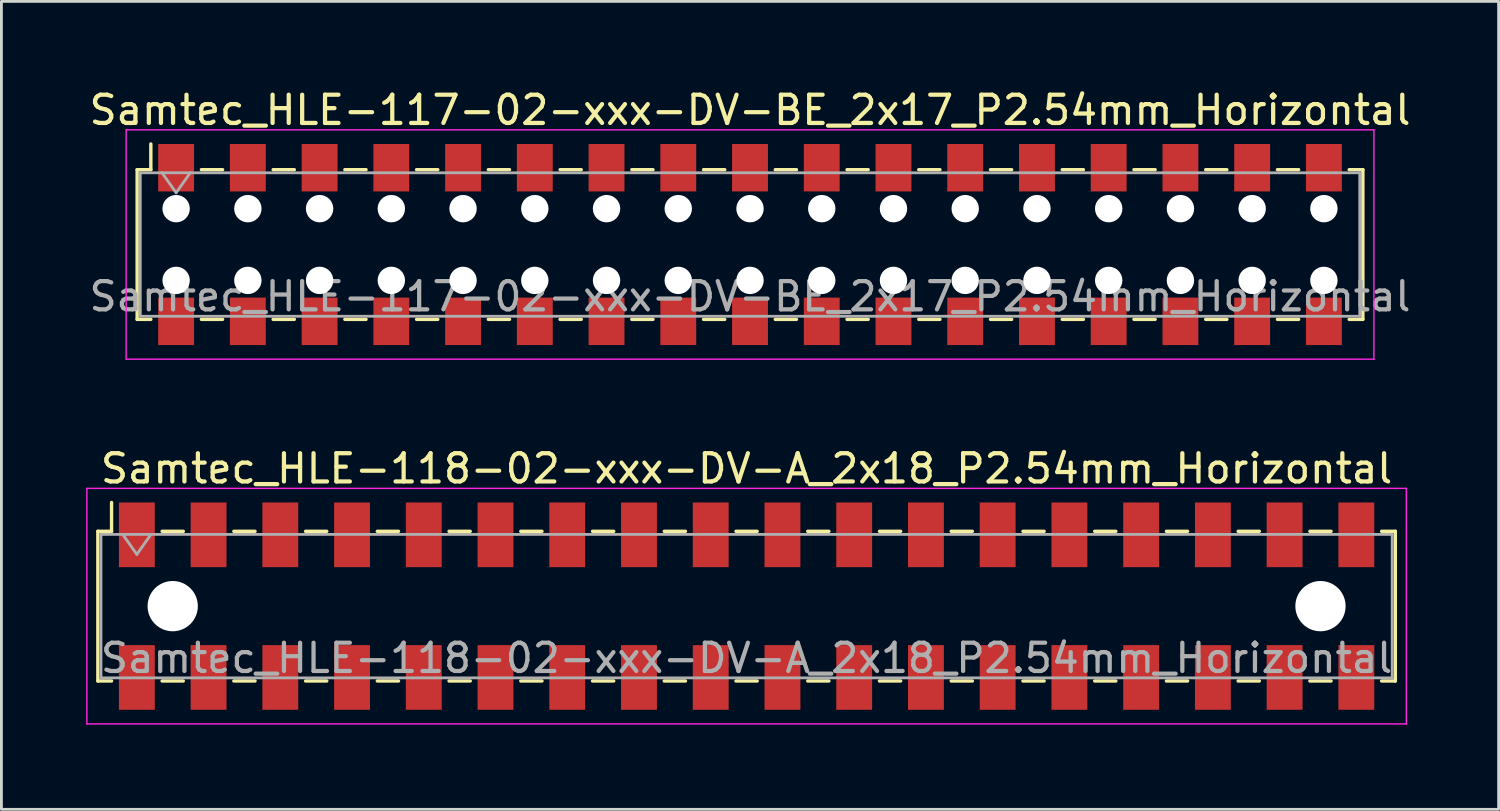
<source format=kicad_pcb>
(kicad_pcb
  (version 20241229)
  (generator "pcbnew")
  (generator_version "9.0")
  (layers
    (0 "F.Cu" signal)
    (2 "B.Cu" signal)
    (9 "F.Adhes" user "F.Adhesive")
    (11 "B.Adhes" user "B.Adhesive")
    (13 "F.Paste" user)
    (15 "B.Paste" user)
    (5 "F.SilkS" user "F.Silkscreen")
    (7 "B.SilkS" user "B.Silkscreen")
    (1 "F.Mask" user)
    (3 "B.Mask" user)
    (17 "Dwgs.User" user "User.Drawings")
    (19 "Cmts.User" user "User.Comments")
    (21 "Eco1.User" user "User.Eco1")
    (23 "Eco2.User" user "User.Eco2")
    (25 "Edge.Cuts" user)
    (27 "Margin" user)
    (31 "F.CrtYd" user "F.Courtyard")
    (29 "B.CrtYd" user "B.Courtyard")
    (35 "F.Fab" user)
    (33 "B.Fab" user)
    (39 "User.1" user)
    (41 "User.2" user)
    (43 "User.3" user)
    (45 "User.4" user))
  (footprint "Samtec_HLE-118-02-xxx-DV-A_2x18_P2.54mm_Horizontal"
    (layer "F.Cu")
    (at 23.385 18.412)
    (property "Reference" "Samtec_HLE-118-02-xxx-DV-A_2x18_P2.54mm_Horizontal" (at 0 -4.87 0) (layer "F.SilkS") (effects (font (size 1 1) (thickness 0.15))))
    (attr smd)
    (fp_line (start -22.97 -2.65) (end -22.97 2.65) (stroke (width 0.12) (type solid)) (layer "F.SilkS"))
    (fp_line (start -22.97 2.65) (end -22.485 2.65) (stroke (width 0.12) (type solid)) (layer "F.SilkS"))
    (fp_line (start -22.485 -3.67) (end -22.485 -2.65) (stroke (width 0.12) (type solid)) (layer "F.SilkS"))
    (fp_line (start -22.485 -2.65) (end -22.97 -2.65) (stroke (width 0.12) (type solid)) (layer "F.SilkS"))
    (fp_line (start -20.695 -2.65) (end -19.945 -2.65) (stroke (width 0.12) (type solid)) (layer "F.SilkS"))
    (fp_line (start -20.695 2.65) (end -19.945 2.65) (stroke (width 0.12) (type solid)) (layer "F.SilkS"))
    (fp_line (start -18.155 -2.65) (end -17.405 -2.65) (stroke (width 0.12) (type solid)) (layer "F.SilkS"))
    (fp_line (start -18.155 2.65) (end -17.405 2.65) (stroke (width 0.12) (type solid)) (layer "F.SilkS"))
    (fp_line (start -15.615 -2.65) (end -14.865 -2.65) (stroke (width 0.12) (type solid)) (layer "F.SilkS"))
    (fp_line (start -15.615 2.65) (end -14.865 2.65) (stroke (width 0.12) (type solid)) (layer "F.SilkS"))
    (fp_line (start -13.075 -2.65) (end -12.325 -2.65) (stroke (width 0.12) (type solid)) (layer "F.SilkS"))
    (fp_line (start -13.075 2.65) (end -12.325 2.65) (stroke (width 0.12) (type solid)) (layer "F.SilkS"))
    (fp_line (start -10.535 -2.65) (end -9.785 -2.65) (stroke (width 0.12) (type solid)) (layer "F.SilkS"))
    (fp_line (start -10.535 2.65) (end -9.785 2.65) (stroke (width 0.12) (type solid)) (layer "F.SilkS"))
    (fp_line (start -7.995 -2.65) (end -7.245 -2.65) (stroke (width 0.12) (type solid)) (layer "F.SilkS"))
    (fp_line (start -7.995 2.65) (end -7.245 2.65) (stroke (width 0.12) (type solid)) (layer "F.SilkS"))
    (fp_line (start -5.455 -2.65) (end -4.705 -2.65) (stroke (width 0.12) (type solid)) (layer "F.SilkS"))
    (fp_line (start -5.455 2.65) (end -4.705 2.65) (stroke (width 0.12) (type solid)) (layer "F.SilkS"))
    (fp_line (start -2.915 -2.65) (end -2.165 -2.65) (stroke (width 0.12) (type solid)) (layer "F.SilkS"))
    (fp_line (start -2.915 2.65) (end -2.165 2.65) (stroke (width 0.12) (type solid)) (layer "F.SilkS"))
    (fp_line (start -0.375 -2.65) (end 0.375 -2.65) (stroke (width 0.12) (type solid)) (layer "F.SilkS"))
    (fp_line (start -0.375 2.65) (end 0.375 2.65) (stroke (width 0.12) (type solid)) (layer "F.SilkS"))
    (fp_line (start 2.165 -2.65) (end 2.915 -2.65) (stroke (width 0.12) (type solid)) (layer "F.SilkS"))
    (fp_line (start 2.165 2.65) (end 2.915 2.65) (stroke (width 0.12) (type solid)) (layer "F.SilkS"))
    (fp_line (start 4.705 -2.65) (end 5.455 -2.65) (stroke (width 0.12) (type solid)) (layer "F.SilkS"))
    (fp_line (start 4.705 2.65) (end 5.455 2.65) (stroke (width 0.12) (type solid)) (layer "F.SilkS"))
    (fp_line (start 7.245 -2.65) (end 7.995 -2.65) (stroke (width 0.12) (type solid)) (layer "F.SilkS"))
    (fp_line (start 7.245 2.65) (end 7.995 2.65) (stroke (width 0.12) (type solid)) (layer "F.SilkS"))
    (fp_line (start 9.785 -2.65) (end 10.535 -2.65) (stroke (width 0.12) (type solid)) (layer "F.SilkS"))
    (fp_line (start 9.785 2.65) (end 10.535 2.65) (stroke (width 0.12) (type solid)) (layer "F.SilkS"))
    (fp_line (start 12.325 -2.65) (end 13.075 -2.65) (stroke (width 0.12) (type solid)) (layer "F.SilkS"))
    (fp_line (start 12.325 2.65) (end 13.075 2.65) (stroke (width 0.12) (type solid)) (layer "F.SilkS"))
    (fp_line (start 14.865 -2.65) (end 15.615 -2.65) (stroke (width 0.12) (type solid)) (layer "F.SilkS"))
    (fp_line (start 14.865 2.65) (end 15.615 2.65) (stroke (width 0.12) (type solid)) (layer "F.SilkS"))
    (fp_line (start 17.405 -2.65) (end 18.155 -2.65) (stroke (width 0.12) (type solid)) (layer "F.SilkS"))
    (fp_line (start 17.405 2.65) (end 18.155 2.65) (stroke (width 0.12) (type solid)) (layer "F.SilkS"))
    (fp_line (start 19.945 -2.65) (end 20.695 -2.65) (stroke (width 0.12) (type solid)) (layer "F.SilkS"))
    (fp_line (start 19.945 2.65) (end 20.695 2.65) (stroke (width 0.12) (type solid)) (layer "F.SilkS"))
    (fp_line (start 22.485 -2.65) (end 22.97 -2.65) (stroke (width 0.12) (type solid)) (layer "F.SilkS"))
    (fp_line (start 22.97 -2.65) (end 22.97 2.65) (stroke (width 0.12) (type solid)) (layer "F.SilkS"))
    (fp_line (start 22.97 2.65) (end 22.485 2.65) (stroke (width 0.12) (type solid)) (layer "F.SilkS"))
    (fp_line (start -23.36 -4.17) (end 23.36 -4.17) (stroke (width 0.05) (type solid)) (layer "F.CrtYd"))
    (fp_line (start -23.36 4.17) (end -23.36 -4.17) (stroke (width 0.05) (type solid)) (layer "F.CrtYd"))
    (fp_line (start 23.36 -4.17) (end 23.36 4.17) (stroke (width 0.05) (type solid)) (layer "F.CrtYd"))
    (fp_line (start 23.36 4.17) (end -23.36 4.17) (stroke (width 0.05) (type solid)) (layer "F.CrtYd"))
    (fp_line (start -22.86 -2.54) (end 22.86 -2.54) (stroke (width 0.1) (type solid)) (layer "F.Fab"))
    (fp_line (start -22.86 2.54) (end -22.86 -2.54) (stroke (width 0.1) (type solid)) (layer "F.Fab"))
    (fp_line (start -22.09 -2.54) (end -21.59 -1.833) (stroke (width 0.1) (type solid)) (layer "F.Fab"))
    (fp_line (start -21.59 -1.833) (end -21.09 -2.54) (stroke (width 0.1) (type solid)) (layer "F.Fab"))
    (fp_line (start 22.86 -2.54) (end 22.86 2.54) (stroke (width 0.1) (type solid)) (layer "F.Fab"))
    (fp_line (start 22.86 2.54) (end -22.86 2.54) (stroke (width 0.1) (type solid)) (layer "F.Fab"))
    (fp_text user "${REFERENCE}" (at 0 1.84 0) (layer "F.Fab") (effects (font (size 1 1) (thickness 0.15))))
    (pad "" np_thru_hole circle (at -20.32 0) (size 1.78 1.78) (drill 1.78) (layers "*.Cu" "*.Mask"))
    (pad "" np_thru_hole circle (at 20.32 0) (size 1.78 1.78) (drill 1.78) (layers "*.Cu" "*.Mask"))
    (pad "1" smd rect (at -21.59 -2.525) (size 1.27 2.29) (layers "F.Cu" "F.Mask" "F.Paste"))
    (pad "2" smd rect (at -21.59 2.525) (size 1.27 2.29) (layers "F.Cu" "F.Mask" "F.Paste"))
    (pad "3" smd rect (at -19.05 -2.525) (size 1.27 2.29) (layers "F.Cu" "F.Mask" "F.Paste"))
    (pad "4" smd rect (at -19.05 2.525) (size 1.27 2.29) (layers "F.Cu" "F.Mask" "F.Paste"))
    (pad "5" smd rect (at -16.51 -2.525) (size 1.27 2.29) (layers "F.Cu" "F.Mask" "F.Paste"))
    (pad "6" smd rect (at -16.51 2.525) (size 1.27 2.29) (layers "F.Cu" "F.Mask" "F.Paste"))
    (pad "7" smd rect (at -13.97 -2.525) (size 1.27 2.29) (layers "F.Cu" "F.Mask" "F.Paste"))
    (pad "8" smd rect (at -13.97 2.525) (size 1.27 2.29) (layers "F.Cu" "F.Mask" "F.Paste"))
    (pad "9" smd rect (at -11.43 -2.525) (size 1.27 2.29) (layers "F.Cu" "F.Mask" "F.Paste"))
    (pad "10" smd rect (at -11.43 2.525) (size 1.27 2.29) (layers "F.Cu" "F.Mask" "F.Paste"))
    (pad "11" smd rect (at -8.89 -2.525) (size 1.27 2.29) (layers "F.Cu" "F.Mask" "F.Paste"))
    (pad "12" smd rect (at -8.89 2.525) (size 1.27 2.29) (layers "F.Cu" "F.Mask" "F.Paste"))
    (pad "13" smd rect (at -6.35 -2.525) (size 1.27 2.29) (layers "F.Cu" "F.Mask" "F.Paste"))
    (pad "14" smd rect (at -6.35 2.525) (size 1.27 2.29) (layers "F.Cu" "F.Mask" "F.Paste"))
    (pad "15" smd rect (at -3.81 -2.525) (size 1.27 2.29) (layers "F.Cu" "F.Mask" "F.Paste"))
    (pad "16" smd rect (at -3.81 2.525) (size 1.27 2.29) (layers "F.Cu" "F.Mask" "F.Paste"))
    (pad "17" smd rect (at -1.27 -2.525) (size 1.27 2.29) (layers "F.Cu" "F.Mask" "F.Paste"))
    (pad "18" smd rect (at -1.27 2.525) (size 1.27 2.29) (layers "F.Cu" "F.Mask" "F.Paste"))
    (pad "19" smd rect (at 1.27 -2.525) (size 1.27 2.29) (layers "F.Cu" "F.Mask" "F.Paste"))
    (pad "20" smd rect (at 1.27 2.525) (size 1.27 2.29) (layers "F.Cu" "F.Mask" "F.Paste"))
    (pad "21" smd rect (at 3.81 -2.525) (size 1.27 2.29) (layers "F.Cu" "F.Mask" "F.Paste"))
    (pad "22" smd rect (at 3.81 2.525) (size 1.27 2.29) (layers "F.Cu" "F.Mask" "F.Paste"))
    (pad "23" smd rect (at 6.35 -2.525) (size 1.27 2.29) (layers "F.Cu" "F.Mask" "F.Paste"))
    (pad "24" smd rect (at 6.35 2.525) (size 1.27 2.29) (layers "F.Cu" "F.Mask" "F.Paste"))
    (pad "25" smd rect (at 8.89 -2.525) (size 1.27 2.29) (layers "F.Cu" "F.Mask" "F.Paste"))
    (pad "26" smd rect (at 8.89 2.525) (size 1.27 2.29) (layers "F.Cu" "F.Mask" "F.Paste"))
    (pad "27" smd rect (at 11.43 -2.525) (size 1.27 2.29) (layers "F.Cu" "F.Mask" "F.Paste"))
    (pad "28" smd rect (at 11.43 2.525) (size 1.27 2.29) (layers "F.Cu" "F.Mask" "F.Paste"))
    (pad "29" smd rect (at 13.97 -2.525) (size 1.27 2.29) (layers "F.Cu" "F.Mask" "F.Paste"))
    (pad "30" smd rect (at 13.97 2.525) (size 1.27 2.29) (layers "F.Cu" "F.Mask" "F.Paste"))
    (pad "31" smd rect (at 16.51 -2.525) (size 1.27 2.29) (layers "F.Cu" "F.Mask" "F.Paste"))
    (pad "32" smd rect (at 16.51 2.525) (size 1.27 2.29) (layers "F.Cu" "F.Mask" "F.Paste"))
    (pad "33" smd rect (at 19.05 -2.525) (size 1.27 2.29) (layers "F.Cu" "F.Mask" "F.Paste"))
    (pad "34" smd rect (at 19.05 2.525) (size 1.27 2.29) (layers "F.Cu" "F.Mask" "F.Paste"))
    (pad "35" smd rect (at 21.59 -2.525) (size 1.27 2.29) (layers "F.Cu" "F.Mask" "F.Paste"))
    (pad "36" smd rect (at 21.59 2.525) (size 1.27 2.29) (layers "F.Cu" "F.Mask" "F.Paste")))
  (footprint "Samtec_HLE-117-02-xxx-DV-BE_2x17_P2.54mm_Horizontal"
    (layer "F.Cu")
    (at 23.506 5.608)
    (property "Reference" "Samtec_HLE-117-02-xxx-DV-BE_2x17_P2.54mm_Horizontal" (at 0 -4.76 0) (layer "F.SilkS") (effects (font (size 1 1) (thickness 0.15))))
    (attr smd)
    (fp_line (start -21.7 -2.65) (end -21.7 2.65) (stroke (width 0.12) (type solid)) (layer "F.SilkS"))
    (fp_line (start -21.7 2.65) (end -21.215 2.65) (stroke (width 0.12) (type solid)) (layer "F.SilkS"))
    (fp_line (start -21.215 -3.56) (end -21.215 -2.65) (stroke (width 0.12) (type solid)) (layer "F.SilkS"))
    (fp_line (start -21.215 -2.65) (end -21.7 -2.65) (stroke (width 0.12) (type solid)) (layer "F.SilkS"))
    (fp_line (start -19.425 -2.65) (end -18.675 -2.65) (stroke (width 0.12) (type solid)) (layer "F.SilkS"))
    (fp_line (start -19.425 2.65) (end -18.675 2.65) (stroke (width 0.12) (type solid)) (layer "F.SilkS"))
    (fp_line (start -16.885 -2.65) (end -16.135 -2.65) (stroke (width 0.12) (type solid)) (layer "F.SilkS"))
    (fp_line (start -16.885 2.65) (end -16.135 2.65) (stroke (width 0.12) (type solid)) (layer "F.SilkS"))
    (fp_line (start -14.345 -2.65) (end -13.595 -2.65) (stroke (width 0.12) (type solid)) (layer "F.SilkS"))
    (fp_line (start -14.345 2.65) (end -13.595 2.65) (stroke (width 0.12) (type solid)) (layer "F.SilkS"))
    (fp_line (start -11.805 -2.65) (end -11.055 -2.65) (stroke (width 0.12) (type solid)) (layer "F.SilkS"))
    (fp_line (start -11.805 2.65) (end -11.055 2.65) (stroke (width 0.12) (type solid)) (layer "F.SilkS"))
    (fp_line (start -9.265 -2.65) (end -8.515 -2.65) (stroke (width 0.12) (type solid)) (layer "F.SilkS"))
    (fp_line (start -9.265 2.65) (end -8.515 2.65) (stroke (width 0.12) (type solid)) (layer "F.SilkS"))
    (fp_line (start -6.725 -2.65) (end -5.975 -2.65) (stroke (width 0.12) (type solid)) (layer "F.SilkS"))
    (fp_line (start -6.725 2.65) (end -5.975 2.65) (stroke (width 0.12) (type solid)) (layer "F.SilkS"))
    (fp_line (start -4.185 -2.65) (end -3.435 -2.65) (stroke (width 0.12) (type solid)) (layer "F.SilkS"))
    (fp_line (start -4.185 2.65) (end -3.435 2.65) (stroke (width 0.12) (type solid)) (layer "F.SilkS"))
    (fp_line (start -1.645 -2.65) (end -0.895 -2.65) (stroke (width 0.12) (type solid)) (layer "F.SilkS"))
    (fp_line (start -1.645 2.65) (end -0.895 2.65) (stroke (width 0.12) (type solid)) (layer "F.SilkS"))
    (fp_line (start 0.895 -2.65) (end 1.645 -2.65) (stroke (width 0.12) (type solid)) (layer "F.SilkS"))
    (fp_line (start 0.895 2.65) (end 1.645 2.65) (stroke (width 0.12) (type solid)) (layer "F.SilkS"))
    (fp_line (start 3.435 -2.65) (end 4.185 -2.65) (stroke (width 0.12) (type solid)) (layer "F.SilkS"))
    (fp_line (start 3.435 2.65) (end 4.185 2.65) (stroke (width 0.12) (type solid)) (layer "F.SilkS"))
    (fp_line (start 5.975 -2.65) (end 6.725 -2.65) (stroke (width 0.12) (type solid)) (layer "F.SilkS"))
    (fp_line (start 5.975 2.65) (end 6.725 2.65) (stroke (width 0.12) (type solid)) (layer "F.SilkS"))
    (fp_line (start 8.515 -2.65) (end 9.265 -2.65) (stroke (width 0.12) (type solid)) (layer "F.SilkS"))
    (fp_line (start 8.515 2.65) (end 9.265 2.65) (stroke (width 0.12) (type solid)) (layer "F.SilkS"))
    (fp_line (start 11.055 -2.65) (end 11.805 -2.65) (stroke (width 0.12) (type solid)) (layer "F.SilkS"))
    (fp_line (start 11.055 2.65) (end 11.805 2.65) (stroke (width 0.12) (type solid)) (layer "F.SilkS"))
    (fp_line (start 13.595 -2.65) (end 14.345 -2.65) (stroke (width 0.12) (type solid)) (layer "F.SilkS"))
    (fp_line (start 13.595 2.65) (end 14.345 2.65) (stroke (width 0.12) (type solid)) (layer "F.SilkS"))
    (fp_line (start 16.135 -2.65) (end 16.885 -2.65) (stroke (width 0.12) (type solid)) (layer "F.SilkS"))
    (fp_line (start 16.135 2.65) (end 16.885 2.65) (stroke (width 0.12) (type solid)) (layer "F.SilkS"))
    (fp_line (start 18.675 -2.65) (end 19.425 -2.65) (stroke (width 0.12) (type solid)) (layer "F.SilkS"))
    (fp_line (start 18.675 2.65) (end 19.425 2.65) (stroke (width 0.12) (type solid)) (layer "F.SilkS"))
    (fp_line (start 21.215 -2.65) (end 21.7 -2.65) (stroke (width 0.12) (type solid)) (layer "F.SilkS"))
    (fp_line (start 21.7 -2.65) (end 21.7 2.65) (stroke (width 0.12) (type solid)) (layer "F.SilkS"))
    (fp_line (start 21.7 2.65) (end 21.215 2.65) (stroke (width 0.12) (type solid)) (layer "F.SilkS"))
    (fp_line (start -22.09 -4.06) (end 22.09 -4.06) (stroke (width 0.05) (type solid)) (layer "F.CrtYd"))
    (fp_line (start -22.09 4.06) (end -22.09 -4.06) (stroke (width 0.05) (type solid)) (layer "F.CrtYd"))
    (fp_line (start 22.09 -4.06) (end 22.09 4.06) (stroke (width 0.05) (type solid)) (layer "F.CrtYd"))
    (fp_line (start 22.09 4.06) (end -22.09 4.06) (stroke (width 0.05) (type solid)) (layer "F.CrtYd"))
    (fp_line (start -21.59 -2.54) (end 21.59 -2.54) (stroke (width 0.1) (type solid)) (layer "F.Fab"))
    (fp_line (start -21.59 2.54) (end -21.59 -2.54) (stroke (width 0.1) (type solid)) (layer "F.Fab"))
    (fp_line (start -20.82 -2.54) (end -20.32 -1.833) (stroke (width 0.1) (type solid)) (layer "F.Fab"))
    (fp_line (start -20.32 -1.833) (end -19.82 -2.54) (stroke (width 0.1) (type solid)) (layer "F.Fab"))
    (fp_line (start 21.59 -2.54) (end 21.59 2.54) (stroke (width 0.1) (type solid)) (layer "F.Fab"))
    (fp_line (start 21.59 2.54) (end -21.59 2.54) (stroke (width 0.1) (type solid)) (layer "F.Fab"))
    (fp_text user "${REFERENCE}" (at 0 1.84 0) (layer "F.Fab") (effects (font (size 1 1) (thickness 0.15))))
    (pad "" np_thru_hole circle (at -20.32 -1.27) (size 0.97 0.97) (drill 0.97) (layers "*.Cu" "*.Mask"))
    (pad "" np_thru_hole circle (at -20.32 1.27) (size 0.97 0.97) (drill 0.97) (layers "*.Cu" "*.Mask"))
    (pad "" np_thru_hole circle (at -17.78 -1.27) (size 0.97 0.97) (drill 0.97) (layers "*.Cu" "*.Mask"))
    (pad "" np_thru_hole circle (at -17.78 1.27) (size 0.97 0.97) (drill 0.97) (layers "*.Cu" "*.Mask"))
    (pad "" np_thru_hole circle (at -15.24 -1.27) (size 0.97 0.97) (drill 0.97) (layers "*.Cu" "*.Mask"))
    (pad "" np_thru_hole circle (at -15.24 1.27) (size 0.97 0.97) (drill 0.97) (layers "*.Cu" "*.Mask"))
    (pad "" np_thru_hole circle (at -12.7 -1.27) (size 0.97 0.97) (drill 0.97) (layers "*.Cu" "*.Mask"))
    (pad "" np_thru_hole circle (at -12.7 1.27) (size 0.97 0.97) (drill 0.97) (layers "*.Cu" "*.Mask"))
    (pad "" np_thru_hole circle (at -10.16 -1.27) (size 0.97 0.97) (drill 0.97) (layers "*.Cu" "*.Mask"))
    (pad "" np_thru_hole circle (at -10.16 1.27) (size 0.97 0.97) (drill 0.97) (layers "*.Cu" "*.Mask"))
    (pad "" np_thru_hole circle (at -7.62 -1.27) (size 0.97 0.97) (drill 0.97) (layers "*.Cu" "*.Mask"))
    (pad "" np_thru_hole circle (at -7.62 1.27) (size 0.97 0.97) (drill 0.97) (layers "*.Cu" "*.Mask"))
    (pad "" np_thru_hole circle (at -5.08 -1.27) (size 0.97 0.97) (drill 0.97) (layers "*.Cu" "*.Mask"))
    (pad "" np_thru_hole circle (at -5.08 1.27) (size 0.97 0.97) (drill 0.97) (layers "*.Cu" "*.Mask"))
    (pad "" np_thru_hole circle (at -2.54 -1.27) (size 0.97 0.97) (drill 0.97) (layers "*.Cu" "*.Mask"))
    (pad "" np_thru_hole circle (at -2.54 1.27) (size 0.97 0.97) (drill 0.97) (layers "*.Cu" "*.Mask"))
    (pad "" np_thru_hole circle (at 0 -1.27) (size 0.97 0.97) (drill 0.97) (layers "*.Cu" "*.Mask"))
    (pad "" np_thru_hole circle (at 0 1.27) (size 0.97 0.97) (drill 0.97) (layers "*.Cu" "*.Mask"))
    (pad "" np_thru_hole circle (at 2.54 -1.27) (size 0.97 0.97) (drill 0.97) (layers "*.Cu" "*.Mask"))
    (pad "" np_thru_hole circle (at 2.54 1.27) (size 0.97 0.97) (drill 0.97) (layers "*.Cu" "*.Mask"))
    (pad "" np_thru_hole circle (at 5.08 -1.27) (size 0.97 0.97) (drill 0.97) (layers "*.Cu" "*.Mask"))
    (pad "" np_thru_hole circle (at 5.08 1.27) (size 0.97 0.97) (drill 0.97) (layers "*.Cu" "*.Mask"))
    (pad "" np_thru_hole circle (at 7.62 -1.27) (size 0.97 0.97) (drill 0.97) (layers "*.Cu" "*.Mask"))
    (pad "" np_thru_hole circle (at 7.62 1.27) (size 0.97 0.97) (drill 0.97) (layers "*.Cu" "*.Mask"))
    (pad "" np_thru_hole circle (at 10.16 -1.27) (size 0.97 0.97) (drill 0.97) (layers "*.Cu" "*.Mask"))
    (pad "" np_thru_hole circle (at 10.16 1.27) (size 0.97 0.97) (drill 0.97) (layers "*.Cu" "*.Mask"))
    (pad "" np_thru_hole circle (at 12.7 -1.27) (size 0.97 0.97) (drill 0.97) (layers "*.Cu" "*.Mask"))
    (pad "" np_thru_hole circle (at 12.7 1.27) (size 0.97 0.97) (drill 0.97) (layers "*.Cu" "*.Mask"))
    (pad "" np_thru_hole circle (at 15.24 -1.27) (size 0.97 0.97) (drill 0.97) (layers "*.Cu" "*.Mask"))
    (pad "" np_thru_hole circle (at 15.24 1.27) (size 0.97 0.97) (drill 0.97) (layers "*.Cu" "*.Mask"))
    (pad "" np_thru_hole circle (at 17.78 -1.27) (size 0.97 0.97) (drill 0.97) (layers "*.Cu" "*.Mask"))
    (pad "" np_thru_hole circle (at 17.78 1.27) (size 0.97 0.97) (drill 0.97) (layers "*.Cu" "*.Mask"))
    (pad "" np_thru_hole circle (at 20.32 -1.27) (size 0.97 0.97) (drill 0.97) (layers "*.Cu" "*.Mask"))
    (pad "" np_thru_hole circle (at 20.32 1.27) (size 0.97 0.97) (drill 0.97) (layers "*.Cu" "*.Mask"))
    (pad "1" smd rect (at -20.32 -2.72) (size 1.27 1.68) (layers "F.Cu" "F.Mask" "F.Paste"))
    (pad "2" smd rect (at -20.32 2.72) (size 1.27 1.68) (layers "F.Cu" "F.Mask" "F.Paste"))
    (pad "3" smd rect (at -17.78 -2.72) (size 1.27 1.68) (layers "F.Cu" "F.Mask" "F.Paste"))
    (pad "4" smd rect (at -17.78 2.72) (size 1.27 1.68) (layers "F.Cu" "F.Mask" "F.Paste"))
    (pad "5" smd rect (at -15.24 -2.72) (size 1.27 1.68) (layers "F.Cu" "F.Mask" "F.Paste"))
    (pad "6" smd rect (at -15.24 2.72) (size 1.27 1.68) (layers "F.Cu" "F.Mask" "F.Paste"))
    (pad "7" smd rect (at -12.7 -2.72) (size 1.27 1.68) (layers "F.Cu" "F.Mask" "F.Paste"))
    (pad "8" smd rect (at -12.7 2.72) (size 1.27 1.68) (layers "F.Cu" "F.Mask" "F.Paste"))
    (pad "9" smd rect (at -10.16 -2.72) (size 1.27 1.68) (layers "F.Cu" "F.Mask" "F.Paste"))
    (pad "10" smd rect (at -10.16 2.72) (size 1.27 1.68) (layers "F.Cu" "F.Mask" "F.Paste"))
    (pad "11" smd rect (at -7.62 -2.72) (size 1.27 1.68) (layers "F.Cu" "F.Mask" "F.Paste"))
    (pad "12" smd rect (at -7.62 2.72) (size 1.27 1.68) (layers "F.Cu" "F.Mask" "F.Paste"))
    (pad "13" smd rect (at -5.08 -2.72) (size 1.27 1.68) (layers "F.Cu" "F.Mask" "F.Paste"))
    (pad "14" smd rect (at -5.08 2.72) (size 1.27 1.68) (layers "F.Cu" "F.Mask" "F.Paste"))
    (pad "15" smd rect (at -2.54 -2.72) (size 1.27 1.68) (layers "F.Cu" "F.Mask" "F.Paste"))
    (pad "16" smd rect (at -2.54 2.72) (size 1.27 1.68) (layers "F.Cu" "F.Mask" "F.Paste"))
    (pad "17" smd rect (at 0 -2.72) (size 1.27 1.68) (layers "F.Cu" "F.Mask" "F.Paste"))
    (pad "18" smd rect (at 0 2.72) (size 1.27 1.68) (layers "F.Cu" "F.Mask" "F.Paste"))
    (pad "19" smd rect (at 2.54 -2.72) (size 1.27 1.68) (layers "F.Cu" "F.Mask" "F.Paste"))
    (pad "20" smd rect (at 2.54 2.72) (size 1.27 1.68) (layers "F.Cu" "F.Mask" "F.Paste"))
    (pad "21" smd rect (at 5.08 -2.72) (size 1.27 1.68) (layers "F.Cu" "F.Mask" "F.Paste"))
    (pad "22" smd rect (at 5.08 2.72) (size 1.27 1.68) (layers "F.Cu" "F.Mask" "F.Paste"))
    (pad "23" smd rect (at 7.62 -2.72) (size 1.27 1.68) (layers "F.Cu" "F.Mask" "F.Paste"))
    (pad "24" smd rect (at 7.62 2.72) (size 1.27 1.68) (layers "F.Cu" "F.Mask" "F.Paste"))
    (pad "25" smd rect (at 10.16 -2.72) (size 1.27 1.68) (layers "F.Cu" "F.Mask" "F.Paste"))
    (pad "26" smd rect (at 10.16 2.72) (size 1.27 1.68) (layers "F.Cu" "F.Mask" "F.Paste"))
    (pad "27" smd rect (at 12.7 -2.72) (size 1.27 1.68) (layers "F.Cu" "F.Mask" "F.Paste"))
    (pad "28" smd rect (at 12.7 2.72) (size 1.27 1.68) (layers "F.Cu" "F.Mask" "F.Paste"))
    (pad "29" smd rect (at 15.24 -2.72) (size 1.27 1.68) (layers "F.Cu" "F.Mask" "F.Paste"))
    (pad "30" smd rect (at 15.24 2.72) (size 1.27 1.68) (layers "F.Cu" "F.Mask" "F.Paste"))
    (pad "31" smd rect (at 17.78 -2.72) (size 1.27 1.68) (layers "F.Cu" "F.Mask" "F.Paste"))
    (pad "32" smd rect (at 17.78 2.72) (size 1.27 1.68) (layers "F.Cu" "F.Mask" "F.Paste"))
    (pad "33" smd rect (at 20.32 -2.72) (size 1.27 1.68) (layers "F.Cu" "F.Mask" "F.Paste"))
    (pad "34" smd rect (at 20.32 2.72) (size 1.27 1.68) (layers "F.Cu" "F.Mask" "F.Paste")))
  (gr_rect
    (start -3 -3)
    (end 50.012 25.607)
    (stroke (width 0.1) (type default))
    (fill no)
    (layer "Edge.Cuts")))
</source>
